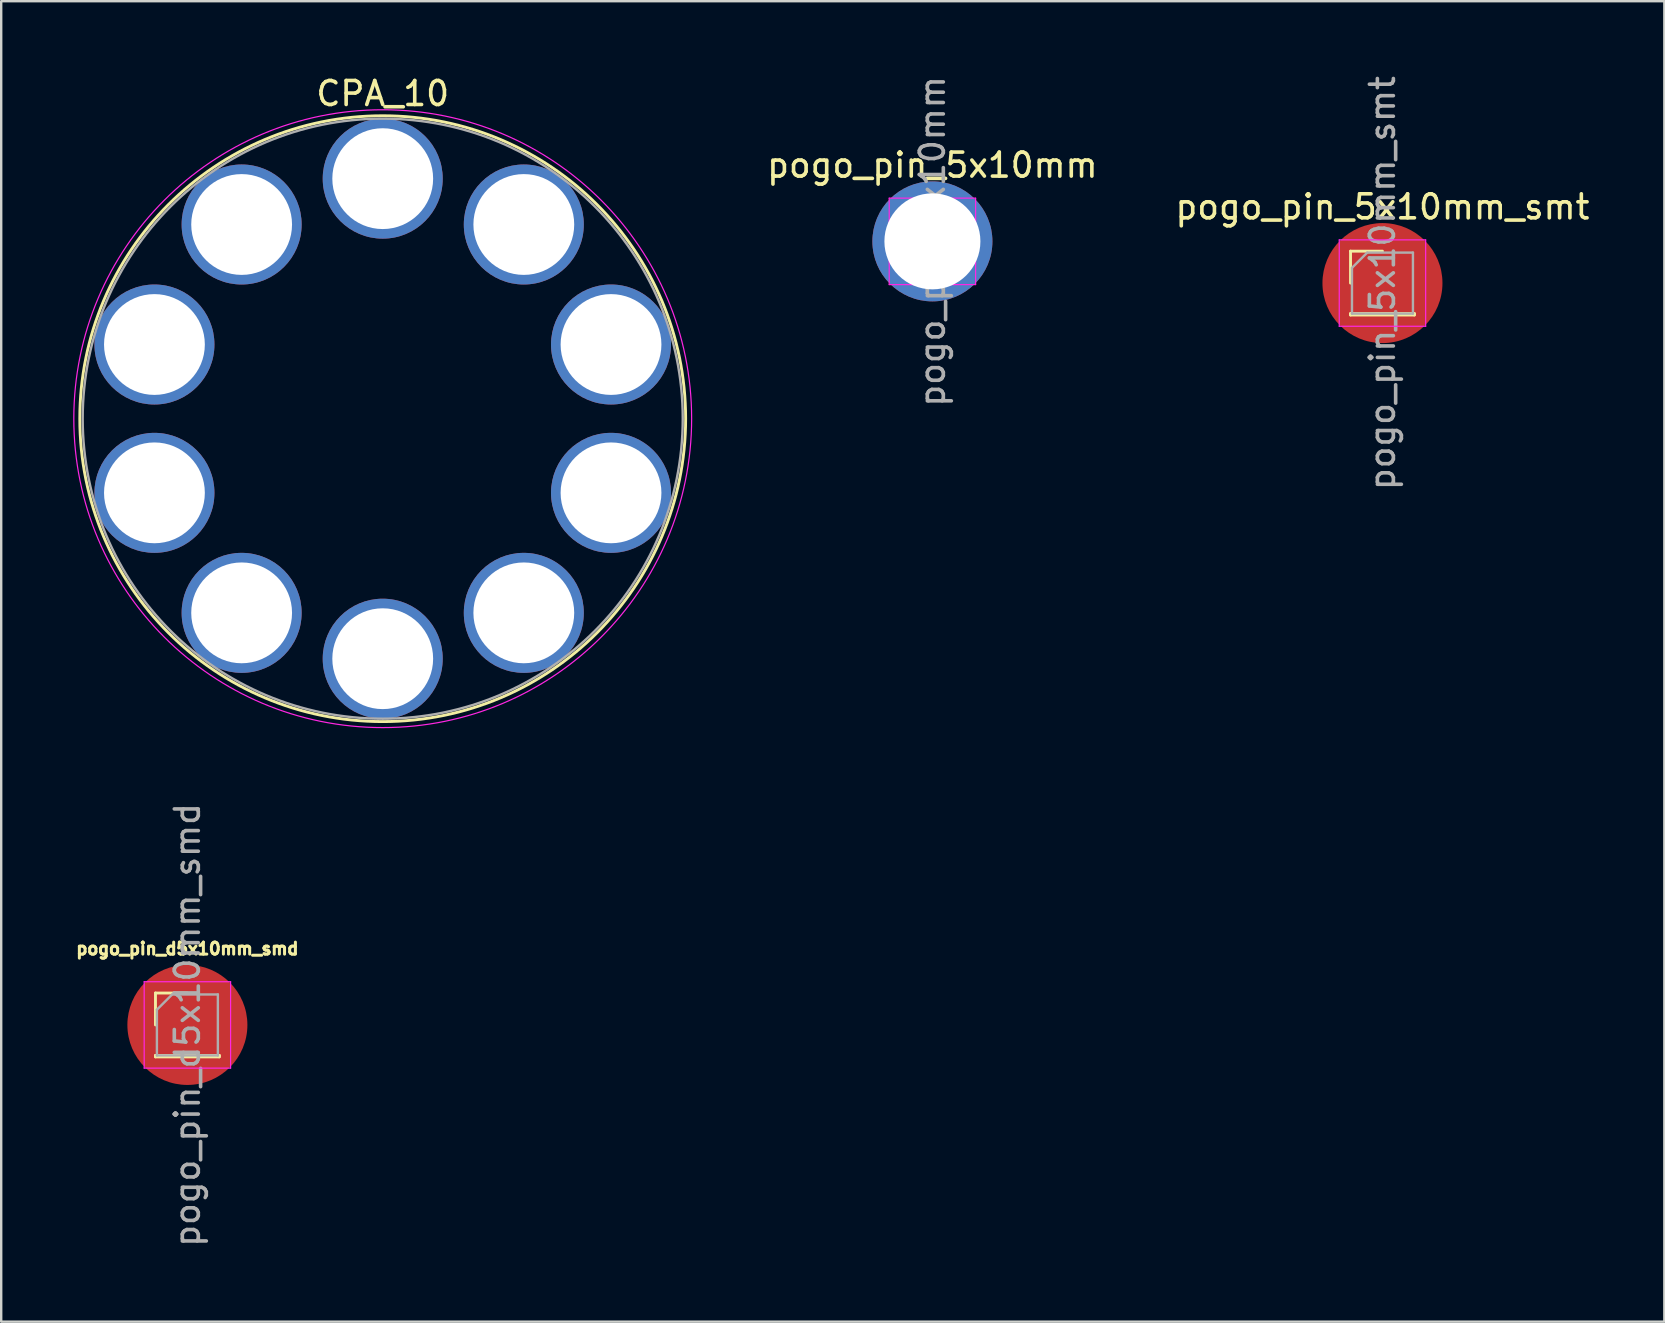
<source format=kicad_pcb>
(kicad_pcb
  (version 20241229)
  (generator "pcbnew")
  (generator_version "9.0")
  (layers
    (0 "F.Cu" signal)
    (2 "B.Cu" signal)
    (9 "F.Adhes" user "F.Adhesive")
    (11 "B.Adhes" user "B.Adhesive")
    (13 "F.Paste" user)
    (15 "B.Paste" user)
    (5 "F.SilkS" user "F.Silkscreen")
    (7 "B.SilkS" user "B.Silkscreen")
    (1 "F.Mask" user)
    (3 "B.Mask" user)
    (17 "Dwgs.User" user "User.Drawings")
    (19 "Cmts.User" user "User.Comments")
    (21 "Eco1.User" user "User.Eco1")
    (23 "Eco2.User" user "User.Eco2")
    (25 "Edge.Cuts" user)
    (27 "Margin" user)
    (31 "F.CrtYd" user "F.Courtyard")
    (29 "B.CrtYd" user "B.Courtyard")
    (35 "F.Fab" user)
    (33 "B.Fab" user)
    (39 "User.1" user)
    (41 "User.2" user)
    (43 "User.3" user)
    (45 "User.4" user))
  (footprint "pogo_pin_d5x10mm_smd"
    (layer "F.Cu")
    (at 4.757 39.651)
    (property "Reference" "pogo_pin_d5x10mm_smd" (at 0 -3.175 180) (layer "F.SilkS") (effects (font (size 0.5 0.5) (thickness 0.125))))
    (attr smd)
    (fp_line (start -1.33 -1.33) (end 0 -1.33) (stroke (width 0.12) (type solid)) (layer "F.SilkS"))
    (fp_line (start -1.33 0) (end -1.33 -1.33) (stroke (width 0.12) (type solid)) (layer "F.SilkS"))
    (fp_line (start -1.33 1.27) (end -1.33 1.33) (stroke (width 0.12) (type solid)) (layer "F.SilkS"))
    (fp_line (start -1.33 1.27) (end 1.33 1.27) (stroke (width 0.12) (type solid)) (layer "F.SilkS"))
    (fp_line (start -1.33 1.33) (end 1.33 1.33) (stroke (width 0.12) (type solid)) (layer "F.SilkS"))
    (fp_line (start 1.33 1.27) (end 1.33 1.33) (stroke (width 0.12) (type solid)) (layer "F.SilkS"))
    (fp_line (start -1.8 -1.8) (end -1.8 1.8) (stroke (width 0.05) (type solid)) (layer "F.CrtYd"))
    (fp_line (start -1.8 1.8) (end 1.8 1.8) (stroke (width 0.05) (type solid)) (layer "F.CrtYd"))
    (fp_line (start 1.8 -1.8) (end -1.8 -1.8) (stroke (width 0.05) (type solid)) (layer "F.CrtYd"))
    (fp_line (start 1.8 1.8) (end 1.8 -1.8) (stroke (width 0.05) (type solid)) (layer "F.CrtYd"))
    (fp_line (start -1.27 -0.635) (end -0.635 -1.27) (stroke (width 0.1) (type solid)) (layer "F.Fab"))
    (fp_line (start -1.27 1.27) (end -1.27 -0.635) (stroke (width 0.1) (type solid)) (layer "F.Fab"))
    (fp_line (start -0.635 -1.27) (end 1.27 -1.27) (stroke (width 0.1) (type solid)) (layer "F.Fab"))
    (fp_line (start 1.27 -1.27) (end 1.27 1.27) (stroke (width 0.1) (type solid)) (layer "F.Fab"))
    (fp_line (start 1.27 1.27) (end -1.27 1.27) (stroke (width 0.1) (type solid)) (layer "F.Fab"))
    (fp_text user "${REFERENCE}" (at 0 0 270) (layer "F.Fab") (effects (font (size 1 1) (thickness 0.15))))
    (pad "1" smd circle (at 0 0) (size 5 5) (layers "F.Cu" "F.Mask" "F.Paste")))
  (footprint "pogo_pin_5x10mm_smt"
    (layer "F.Cu")
    (at 54.546 8.744)
    (property "Reference" "pogo_pin_5x10mm_smt" (at 0 -3.175 0) (layer "F.SilkS") (effects (font (size 1 1) (thickness 0.15))))
    (attr through_hole)
    (fp_line (start -1.33 -1.33) (end 0 -1.33) (stroke (width 0.12) (type solid)) (layer "F.SilkS"))
    (fp_line (start -1.33 0) (end -1.33 -1.33) (stroke (width 0.12) (type solid)) (layer "F.SilkS"))
    (fp_line (start -1.33 1.27) (end -1.33 1.33) (stroke (width 0.12) (type solid)) (layer "F.SilkS"))
    (fp_line (start -1.33 1.27) (end 1.33 1.27) (stroke (width 0.12) (type solid)) (layer "F.SilkS"))
    (fp_line (start -1.33 1.33) (end 1.33 1.33) (stroke (width 0.12) (type solid)) (layer "F.SilkS"))
    (fp_line (start 1.33 1.27) (end 1.33 1.33) (stroke (width 0.12) (type solid)) (layer "F.SilkS"))
    (fp_line (start -1.8 -1.8) (end -1.8 1.8) (stroke (width 0.05) (type solid)) (layer "F.CrtYd"))
    (fp_line (start -1.8 1.8) (end 1.8 1.8) (stroke (width 0.05) (type solid)) (layer "F.CrtYd"))
    (fp_line (start 1.8 -1.8) (end -1.8 -1.8) (stroke (width 0.05) (type solid)) (layer "F.CrtYd"))
    (fp_line (start 1.8 1.8) (end 1.8 -1.8) (stroke (width 0.05) (type solid)) (layer "F.CrtYd"))
    (fp_line (start -1.27 -0.635) (end -0.635 -1.27) (stroke (width 0.1) (type solid)) (layer "F.Fab"))
    (fp_line (start -1.27 1.27) (end -1.27 -0.635) (stroke (width 0.1) (type solid)) (layer "F.Fab"))
    (fp_line (start -0.635 -1.27) (end 1.27 -1.27) (stroke (width 0.1) (type solid)) (layer "F.Fab"))
    (fp_line (start 1.27 -1.27) (end 1.27 1.27) (stroke (width 0.1) (type solid)) (layer "F.Fab"))
    (fp_line (start 1.27 1.27) (end -1.27 1.27) (stroke (width 0.1) (type solid)) (layer "F.Fab"))
    (fp_text user "${REFERENCE}" (at 0 0 90) (layer "F.Fab") (effects (font (size 1 1) (thickness 0.15))))
    (pad "1" smd circle (at 0 0) (size 5 5) (layers "F.Cu" "F.Mask" "F.Paste")))
  (footprint "pogo_pin_5x10mm"
    (layer "F.Cu")
    (at 35.796 7.006)
    (property "Reference" "pogo_pin_5x10mm" (at 0 -3.175 0) (layer "F.SilkS") (effects (font (size 1 1) (thickness 0.15))))
    (attr through_hole)
    (fp_line (start -1.33 -1.33) (end 0 -1.33) (stroke (width 0.12) (type solid)) (layer "F.SilkS"))
    (fp_line (start -1.33 0) (end -1.33 -1.33) (stroke (width 0.12) (type solid)) (layer "F.SilkS"))
    (fp_line (start -1.33 1.27) (end -1.33 1.33) (stroke (width 0.12) (type solid)) (layer "F.SilkS"))
    (fp_line (start -1.33 1.27) (end 1.33 1.27) (stroke (width 0.12) (type solid)) (layer "F.SilkS"))
    (fp_line (start -1.33 1.33) (end 1.33 1.33) (stroke (width 0.12) (type solid)) (layer "F.SilkS"))
    (fp_line (start 1.33 1.27) (end 1.33 1.33) (stroke (width 0.12) (type solid)) (layer "F.SilkS"))
    (fp_line (start -1.8 -1.8) (end -1.8 1.8) (stroke (width 0.05) (type solid)) (layer "F.CrtYd"))
    (fp_line (start -1.8 1.8) (end 1.8 1.8) (stroke (width 0.05) (type solid)) (layer "F.CrtYd"))
    (fp_line (start 1.8 -1.8) (end -1.8 -1.8) (stroke (width 0.05) (type solid)) (layer "F.CrtYd"))
    (fp_line (start 1.8 1.8) (end 1.8 -1.8) (stroke (width 0.05) (type solid)) (layer "F.CrtYd"))
    (fp_line (start -1.27 -0.635) (end -0.635 -1.27) (stroke (width 0.1) (type solid)) (layer "F.Fab"))
    (fp_line (start -1.27 1.27) (end -1.27 -0.635) (stroke (width 0.1) (type solid)) (layer "F.Fab"))
    (fp_line (start -0.635 -1.27) (end 1.27 -1.27) (stroke (width 0.1) (type solid)) (layer "F.Fab"))
    (fp_line (start 1.27 -1.27) (end 1.27 1.27) (stroke (width 0.1) (type solid)) (layer "F.Fab"))
    (fp_line (start 1.27 1.27) (end -1.27 1.27) (stroke (width 0.1) (type solid)) (layer "F.Fab"))
    (fp_text user "${REFERENCE}" (at 0 0 90) (layer "F.Fab") (effects (font (size 1 1) (thickness 0.15))))
    (pad "1" thru_hole circle (at 0 0) (size 5 5) (drill 4) (layers "*.Cu" "*.Mask")))
  (footprint "CPA_10"
    (layer "F.Cu")
    (at 12.895 14.393)
    (property "Reference" "CPA_10" (at 0 -13.545 0) (layer "F.SilkS") (effects (font (size 1 1) (thickness 0.15))))
    (fp_circle (center 0 0) (end 0 12.62) (stroke (width 0.12) (type default)) (fill no) (layer "F.SilkS"))
    (fp_circle (center 0 0) (end 0 12.87) (stroke (width 0.05) (type default)) (fill no) (layer "F.CrtYd"))
    (fp_circle (center 0 0) (end 0 12.5) (stroke (width 0.1) (type default)) (fill no) (layer "F.Fab"))
    (pad "1" thru_hole oval (at 0 -10) (size 5 5) (drill 4.2) (layers "*.Cu" "*.Mask"))
    (pad "2" thru_hole oval (at 5.878 -8.09) (size 5 5) (drill 4.2) (layers "*.Cu" "*.Mask"))
    (pad "3" thru_hole oval (at 9.511 -3.09) (size 5 5) (drill 4.2) (layers "*.Cu" "*.Mask"))
    (pad "4" thru_hole oval (at 9.511 3.09) (size 5 5) (drill 4.2) (layers "*.Cu" "*.Mask"))
    (pad "5" thru_hole oval (at 5.878 8.09) (size 5 5) (drill 4.2) (layers "*.Cu" "*.Mask"))
    (pad "6" thru_hole oval (at 0 10) (size 5 5) (drill 4.2) (layers "*.Cu" "*.Mask"))
    (pad "7" thru_hole oval (at -5.878 8.09) (size 5 5) (drill 4.2) (layers "*.Cu" "*.Mask"))
    (pad "8" thru_hole oval (at -9.511 3.09) (size 5 5) (drill 4.2) (layers "*.Cu" "*.Mask"))
    (pad "9" thru_hole oval (at -9.511 -3.09) (size 5 5) (drill 4.2) (layers "*.Cu" "*.Mask"))
    (pad "10" thru_hole oval (at -5.878 -8.09) (size 5 5) (drill 4.2) (layers "*.Cu" "*.Mask")))
  (gr_rect
    (start -3 -3)
    (end 66.29 52.014)
    (stroke (width 0.1) (type default))
    (fill no)
    (layer "Edge.Cuts")))
</source>
